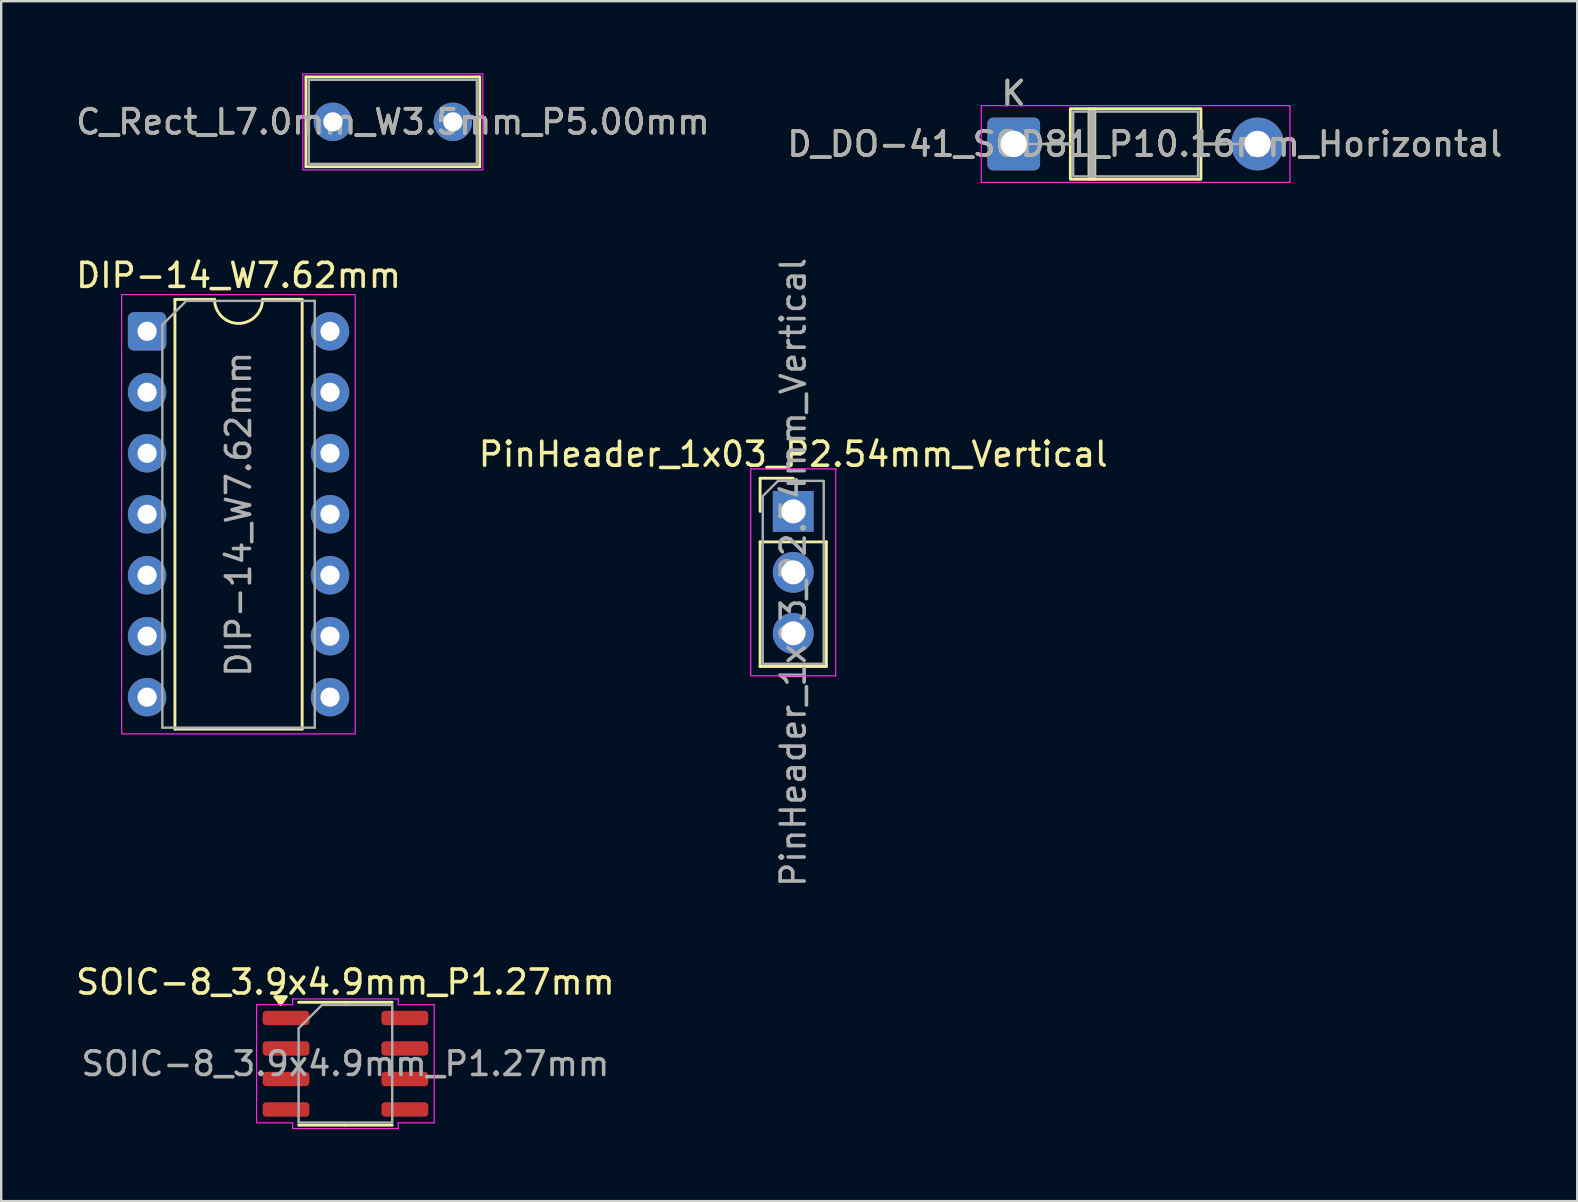
<source format=kicad_pcb>
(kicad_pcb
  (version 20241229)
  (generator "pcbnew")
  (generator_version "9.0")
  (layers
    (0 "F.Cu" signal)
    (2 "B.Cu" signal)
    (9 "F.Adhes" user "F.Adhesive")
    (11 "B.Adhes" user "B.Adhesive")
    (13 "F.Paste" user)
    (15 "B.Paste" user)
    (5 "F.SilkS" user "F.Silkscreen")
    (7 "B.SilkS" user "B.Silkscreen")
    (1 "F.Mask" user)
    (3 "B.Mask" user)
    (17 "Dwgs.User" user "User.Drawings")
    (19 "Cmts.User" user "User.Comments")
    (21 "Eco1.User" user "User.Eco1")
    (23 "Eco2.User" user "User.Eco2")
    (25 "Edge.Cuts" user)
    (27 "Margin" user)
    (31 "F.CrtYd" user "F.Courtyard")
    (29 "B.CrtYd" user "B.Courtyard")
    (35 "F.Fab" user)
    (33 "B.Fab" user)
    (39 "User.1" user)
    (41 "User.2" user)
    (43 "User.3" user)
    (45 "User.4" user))
  (footprint "DIP-14_W7.62mm"
    (layer "F.Cu")
    (at 3.077 10.752)
    (property "Reference" "DIP-14_W7.62mm" (at 3.81 -2.33 0) (layer "F.SilkS") (effects (font (size 1 1) (thickness 0.15))))
    (attr through_hole)
    (fp_line (start 1.16 -1.33) (end 1.16 16.57) (stroke (width 0.12) (type solid)) (layer "F.SilkS"))
    (fp_line (start 1.16 16.57) (end 6.46 16.57) (stroke (width 0.12) (type solid)) (layer "F.SilkS"))
    (fp_line (start 2.81 -1.33) (end 1.16 -1.33) (stroke (width 0.12) (type solid)) (layer "F.SilkS"))
    (fp_line (start 6.46 -1.33) (end 4.81 -1.33) (stroke (width 0.12) (type solid)) (layer "F.SilkS"))
    (fp_line (start 6.46 16.57) (end 6.46 -1.33) (stroke (width 0.12) (type solid)) (layer "F.SilkS"))
    (fp_arc (start 4.81 -1.33) (mid 3.81 -0.33) (end 2.81 -1.33) (stroke (width 0.12) (type solid)) (layer "F.SilkS"))
    (fp_rect (start -1.06 -1.53) (end 8.67 16.77) (stroke (width 0.05) (type solid)) (fill no) (layer "F.CrtYd"))
    (fp_line (start 0.635 -0.27) (end 1.635 -1.27) (stroke (width 0.1) (type solid)) (layer "F.Fab"))
    (fp_line (start 0.635 16.51) (end 0.635 -0.27) (stroke (width 0.1) (type solid)) (layer "F.Fab"))
    (fp_line (start 1.635 -1.27) (end 6.985 -1.27) (stroke (width 0.1) (type solid)) (layer "F.Fab"))
    (fp_line (start 6.985 -1.27) (end 6.985 16.51) (stroke (width 0.1) (type solid)) (layer "F.Fab"))
    (fp_line (start 6.985 16.51) (end 0.635 16.51) (stroke (width 0.1) (type solid)) (layer "F.Fab"))
    (fp_text user "${REFERENCE}" (at 3.81 7.62 90) (layer "F.Fab") (effects (font (size 1 1) (thickness 0.15))))
    (pad "1" thru_hole roundrect (at 0 0) (size 1.6 1.6) (drill 0.8) (layers "*.Cu" "*.Mask") (roundrect_rratio 0.156))
    (pad "2" thru_hole circle (at 0 2.54) (size 1.6 1.6) (drill 0.8) (layers "*.Cu" "*.Mask"))
    (pad "3" thru_hole circle (at 0 5.08) (size 1.6 1.6) (drill 0.8) (layers "*.Cu" "*.Mask"))
    (pad "4" thru_hole circle (at 0 7.62) (size 1.6 1.6) (drill 0.8) (layers "*.Cu" "*.Mask"))
    (pad "5" thru_hole circle (at 0 10.16) (size 1.6 1.6) (drill 0.8) (layers "*.Cu" "*.Mask"))
    (pad "6" thru_hole circle (at 0 12.7) (size 1.6 1.6) (drill 0.8) (layers "*.Cu" "*.Mask"))
    (pad "7" thru_hole circle (at 0 15.24) (size 1.6 1.6) (drill 0.8) (layers "*.Cu" "*.Mask"))
    (pad "8" thru_hole circle (at 7.62 15.24) (size 1.6 1.6) (drill 0.8) (layers "*.Cu" "*.Mask"))
    (pad "9" thru_hole circle (at 7.62 12.7) (size 1.6 1.6) (drill 0.8) (layers "*.Cu" "*.Mask"))
    (pad "10" thru_hole circle (at 7.62 10.16) (size 1.6 1.6) (drill 0.8) (layers "*.Cu" "*.Mask"))
    (pad "11" thru_hole circle (at 7.62 7.62) (size 1.6 1.6) (drill 0.8) (layers "*.Cu" "*.Mask"))
    (pad "12" thru_hole circle (at 7.62 5.08) (size 1.6 1.6) (drill 0.8) (layers "*.Cu" "*.Mask"))
    (pad "13" thru_hole circle (at 7.62 2.54) (size 1.6 1.6) (drill 0.8) (layers "*.Cu" "*.Mask"))
    (pad "14" thru_hole circle (at 7.62 0) (size 1.6 1.6) (drill 0.8) (layers "*.Cu" "*.Mask")))
  (footprint "SOIC-8_3.9x4.9mm_P1.27mm"
    (layer "F.Cu")
    (at 11.339 41.262)
    (property "Reference" "SOIC-8_3.9x4.9mm_P1.27mm" (at 0 -3.4 180) (layer "F.SilkS") (effects (font (size 1 1) (thickness 0.15))))
    (attr smd)
    (fp_line (start 0 -2.56) (end -1.95 -2.56) (stroke (width 0.12) (type solid)) (layer "F.SilkS"))
    (fp_line (start 0 -2.56) (end 1.95 -2.56) (stroke (width 0.12) (type solid)) (layer "F.SilkS"))
    (fp_line (start 0 2.56) (end -1.95 2.56) (stroke (width 0.12) (type solid)) (layer "F.SilkS"))
    (fp_line (start 0 2.56) (end 1.95 2.56) (stroke (width 0.12) (type solid)) (layer "F.SilkS"))
    (fp_poly (pts (xy -2.7 -2.465) (xy -2.94 -2.795) (xy -2.46 -2.795)) (stroke (width 0.12) (type solid)) (fill yes) (layer "F.SilkS"))
    (fp_line (start -3.7 -2.46) (end -2.2 -2.46) (stroke (width 0.05) (type solid)) (layer "F.CrtYd"))
    (fp_line (start -3.7 2.46) (end -3.7 -2.46) (stroke (width 0.05) (type solid)) (layer "F.CrtYd"))
    (fp_line (start -2.2 -2.7) (end 2.2 -2.7) (stroke (width 0.05) (type solid)) (layer "F.CrtYd"))
    (fp_line (start -2.2 -2.46) (end -2.2 -2.7) (stroke (width 0.05) (type solid)) (layer "F.CrtYd"))
    (fp_line (start -2.2 2.46) (end -3.7 2.46) (stroke (width 0.05) (type solid)) (layer "F.CrtYd"))
    (fp_line (start -2.2 2.7) (end -2.2 2.46) (stroke (width 0.05) (type solid)) (layer "F.CrtYd"))
    (fp_line (start 2.2 -2.7) (end 2.2 -2.46) (stroke (width 0.05) (type solid)) (layer "F.CrtYd"))
    (fp_line (start 2.2 -2.46) (end 3.7 -2.46) (stroke (width 0.05) (type solid)) (layer "F.CrtYd"))
    (fp_line (start 2.2 2.46) (end 2.2 2.7) (stroke (width 0.05) (type solid)) (layer "F.CrtYd"))
    (fp_line (start 2.2 2.7) (end -2.2 2.7) (stroke (width 0.05) (type solid)) (layer "F.CrtYd"))
    (fp_line (start 3.7 -2.46) (end 3.7 2.46) (stroke (width 0.05) (type solid)) (layer "F.CrtYd"))
    (fp_line (start 3.7 2.46) (end 2.2 2.46) (stroke (width 0.05) (type solid)) (layer "F.CrtYd"))
    (fp_line (start -1.95 -1.475) (end -0.975 -2.45) (stroke (width 0.1) (type solid)) (layer "F.Fab"))
    (fp_line (start -1.95 2.45) (end -1.95 -1.475) (stroke (width 0.1) (type solid)) (layer "F.Fab"))
    (fp_line (start -0.975 -2.45) (end 1.95 -2.45) (stroke (width 0.1) (type solid)) (layer "F.Fab"))
    (fp_line (start 1.95 -2.45) (end 1.95 2.45) (stroke (width 0.1) (type solid)) (layer "F.Fab"))
    (fp_line (start 1.95 2.45) (end -1.95 2.45) (stroke (width 0.1) (type solid)) (layer "F.Fab"))
    (fp_text user "${REFERENCE}" (at 0 0 180) (layer "F.Fab") (effects (font (size 0.98 0.98) (thickness 0.15))))
    (pad "1" smd roundrect (at -2.475 -1.905) (size 1.95 0.6) (layers "F.Cu" "F.Mask" "F.Paste") (roundrect_rratio 0.25))
    (pad "2" smd roundrect (at -2.475 -0.635) (size 1.95 0.6) (layers "F.Cu" "F.Mask" "F.Paste") (roundrect_rratio 0.25))
    (pad "3" smd roundrect (at -2.475 0.635) (size 1.95 0.6) (layers "F.Cu" "F.Mask" "F.Paste") (roundrect_rratio 0.25))
    (pad "4" smd roundrect (at -2.475 1.905) (size 1.95 0.6) (layers "F.Cu" "F.Mask" "F.Paste") (roundrect_rratio 0.25))
    (pad "5" smd roundrect (at 2.475 1.905) (size 1.95 0.6) (layers "F.Cu" "F.Mask" "F.Paste") (roundrect_rratio 0.25))
    (pad "6" smd roundrect (at 2.475 0.635) (size 1.95 0.6) (layers "F.Cu" "F.Mask" "F.Paste") (roundrect_rratio 0.25))
    (pad "7" smd roundrect (at 2.475 -0.635) (size 1.95 0.6) (layers "F.Cu" "F.Mask" "F.Paste") (roundrect_rratio 0.25))
    (pad "8" smd roundrect (at 2.475 -1.905) (size 1.95 0.6) (layers "F.Cu" "F.Mask" "F.Paste") (roundrect_rratio 0.25)))
  (footprint "D_DO-41_SOD81_P10.16mm_Horizontal"
    (layer "F.Cu")
    (at 39.177 2.948)
    (property "Reference" "D_DO-41_SOD81_P10.16mm_Horizontal" (at 5.46 0 180) (layer "F.SilkS") (effects (font (size 1 1) (thickness 0.15))))
    (attr through_hole)
    (fp_line (start 1.34 0) (end 2.36 0) (stroke (width 0.12) (type solid)) (layer "F.SilkS"))
    (fp_line (start 3.14 -1.47) (end 3.14 1.47) (stroke (width 0.12) (type solid)) (layer "F.SilkS"))
    (fp_line (start 3.26 -1.47) (end 3.26 1.47) (stroke (width 0.12) (type solid)) (layer "F.SilkS"))
    (fp_line (start 3.38 -1.47) (end 3.38 1.47) (stroke (width 0.12) (type solid)) (layer "F.SilkS"))
    (fp_line (start 8.82 0) (end 7.8 0) (stroke (width 0.12) (type solid)) (layer "F.SilkS"))
    (fp_rect (start 2.36 -1.47) (end 7.8 1.47) (stroke (width 0.12) (type solid)) (fill no) (layer "F.SilkS"))
    (fp_rect (start -1.35 -1.6) (end 11.51 1.6) (stroke (width 0.05) (type solid)) (fill no) (layer "F.CrtYd"))
    (fp_line (start 0 0) (end 2.48 0) (stroke (width 0.1) (type solid)) (layer "F.Fab"))
    (fp_line (start 3.16 -1.35) (end 3.16 1.35) (stroke (width 0.1) (type solid)) (layer "F.Fab"))
    (fp_line (start 3.26 -1.35) (end 3.26 1.35) (stroke (width 0.1) (type solid)) (layer "F.Fab"))
    (fp_line (start 3.36 -1.35) (end 3.36 1.35) (stroke (width 0.1) (type solid)) (layer "F.Fab"))
    (fp_line (start 10.16 0) (end 7.68 0) (stroke (width 0.1) (type solid)) (layer "F.Fab"))
    (fp_rect (start 2.48 -1.35) (end 7.68 1.35) (stroke (width 0.1) (type solid)) (fill no) (layer "F.Fab"))
    (fp_text user "K" (at 0 -2.1 180) (layer "F.SilkS") (effects (font (size 1 1) (thickness 0.15))))
    (fp_text user "K" (at 0 -2.1 180) (layer "F.Fab") (effects (font (size 1 1) (thickness 0.15))))
    (fp_text user "${REFERENCE}" (at 5.47 0 180) (layer "F.Fab") (effects (font (size 1 1) (thickness 0.15))))
    (pad "1" thru_hole roundrect (at 0 0) (size 2.2 2.2) (drill 1.1) (layers "*.Cu" "*.Mask") (roundrect_rratio 0.114))
    (pad "2" thru_hole circle (at 10.16 0) (size 2.2 2.2) (drill 1.1) (layers "*.Cu" "*.Mask")))
  (footprint "PinHeader_1x03_P2.54mm_Vertical"
    (layer "F.Cu")
    (at 29.994 18.253)
    (property "Reference" "PinHeader_1x03_P2.54mm_Vertical" (at 0 -2.38 0) (layer "F.SilkS") (effects (font (size 1 1) (thickness 0.15))))
    (attr through_hole)
    (fp_line (start -1.38 -1.38) (end 0 -1.38) (stroke (width 0.12) (type solid)) (layer "F.SilkS"))
    (fp_line (start -1.38 0) (end -1.38 -1.38) (stroke (width 0.12) (type solid)) (layer "F.SilkS"))
    (fp_line (start -1.38 1.27) (end -1.38 6.46) (stroke (width 0.12) (type solid)) (layer "F.SilkS"))
    (fp_line (start -1.38 1.27) (end 1.38 1.27) (stroke (width 0.12) (type solid)) (layer "F.SilkS"))
    (fp_line (start -1.38 6.46) (end 1.38 6.46) (stroke (width 0.12) (type solid)) (layer "F.SilkS"))
    (fp_line (start 1.38 1.27) (end 1.38 6.46) (stroke (width 0.12) (type solid)) (layer "F.SilkS"))
    (fp_line (start -1.77 -1.77) (end -1.77 6.85) (stroke (width 0.05) (type solid)) (layer "F.CrtYd"))
    (fp_line (start -1.77 6.85) (end 1.77 6.85) (stroke (width 0.05) (type solid)) (layer "F.CrtYd"))
    (fp_line (start 1.77 -1.77) (end -1.77 -1.77) (stroke (width 0.05) (type solid)) (layer "F.CrtYd"))
    (fp_line (start 1.77 6.85) (end 1.77 -1.77) (stroke (width 0.05) (type solid)) (layer "F.CrtYd"))
    (fp_line (start -1.27 -0.635) (end -0.635 -1.27) (stroke (width 0.1) (type solid)) (layer "F.Fab"))
    (fp_line (start -1.27 6.35) (end -1.27 -0.635) (stroke (width 0.1) (type solid)) (layer "F.Fab"))
    (fp_line (start -0.635 -1.27) (end 1.27 -1.27) (stroke (width 0.1) (type solid)) (layer "F.Fab"))
    (fp_line (start 1.27 -1.27) (end 1.27 6.35) (stroke (width 0.1) (type solid)) (layer "F.Fab"))
    (fp_line (start 1.27 6.35) (end -1.27 6.35) (stroke (width 0.1) (type solid)) (layer "F.Fab"))
    (fp_text user "${REFERENCE}" (at 0 2.54 270) (layer "F.Fab") (effects (font (size 1 1) (thickness 0.15))))
    (pad "1" thru_hole rect (at 0 0) (size 1.7 1.7) (drill 1) (layers "*.Cu" "*.Mask"))
    (pad "2" thru_hole circle (at 0 2.54) (size 1.7 1.7) (drill 1) (layers "*.Cu" "*.Mask"))
    (pad "3" thru_hole circle (at 0 5.08) (size 1.7 1.7) (drill 1) (layers "*.Cu" "*.Mask")))
  (footprint "C_Rect_L7.0mm_W3.5mm_P5.00mm"
    (layer "F.Cu")
    (at 10.815 2.025)
    (property "Reference" "C_Rect_L7.0mm_W3.5mm_P5.00mm" (at 2.5 0 180) (layer "F.SilkS") (effects (font (size 1 1) (thickness 0.15))))
    (attr through_hole)
    (fp_line (start -1.12 -1.87) (end -1.12 1.87) (stroke (width 0.12) (type solid)) (layer "F.SilkS"))
    (fp_line (start -1.12 -1.87) (end 6.12 -1.87) (stroke (width 0.12) (type solid)) (layer "F.SilkS"))
    (fp_line (start -1.12 1.87) (end 6.12 1.87) (stroke (width 0.12) (type solid)) (layer "F.SilkS"))
    (fp_line (start 6.12 -1.87) (end 6.12 1.87) (stroke (width 0.12) (type solid)) (layer "F.SilkS"))
    (fp_rect (start -1.25 -2) (end 6.25 2) (stroke (width 0.05) (type solid)) (fill no) (layer "F.CrtYd"))
    (fp_rect (start -1 -1.75) (end 6 1.75) (stroke (width 0.1) (type solid)) (fill no) (layer "F.Fab"))
    (fp_text user "${REFERENCE}" (at 2.5 0 180) (layer "F.Fab") (effects (font (size 1 1) (thickness 0.15))))
    (pad "1" thru_hole circle (at 0 0) (size 1.6 1.6) (drill 0.8) (layers "*.Cu" "*.Mask"))
    (pad "2" thru_hole circle (at 5 0) (size 1.6 1.6) (drill 0.8) (layers "*.Cu" "*.Mask")))
  (gr_rect
    (start -3 -3)
    (end 62.653 46.987)
    (stroke (width 0.1) (type default))
    (fill no)
    (layer "Edge.Cuts")))
</source>
